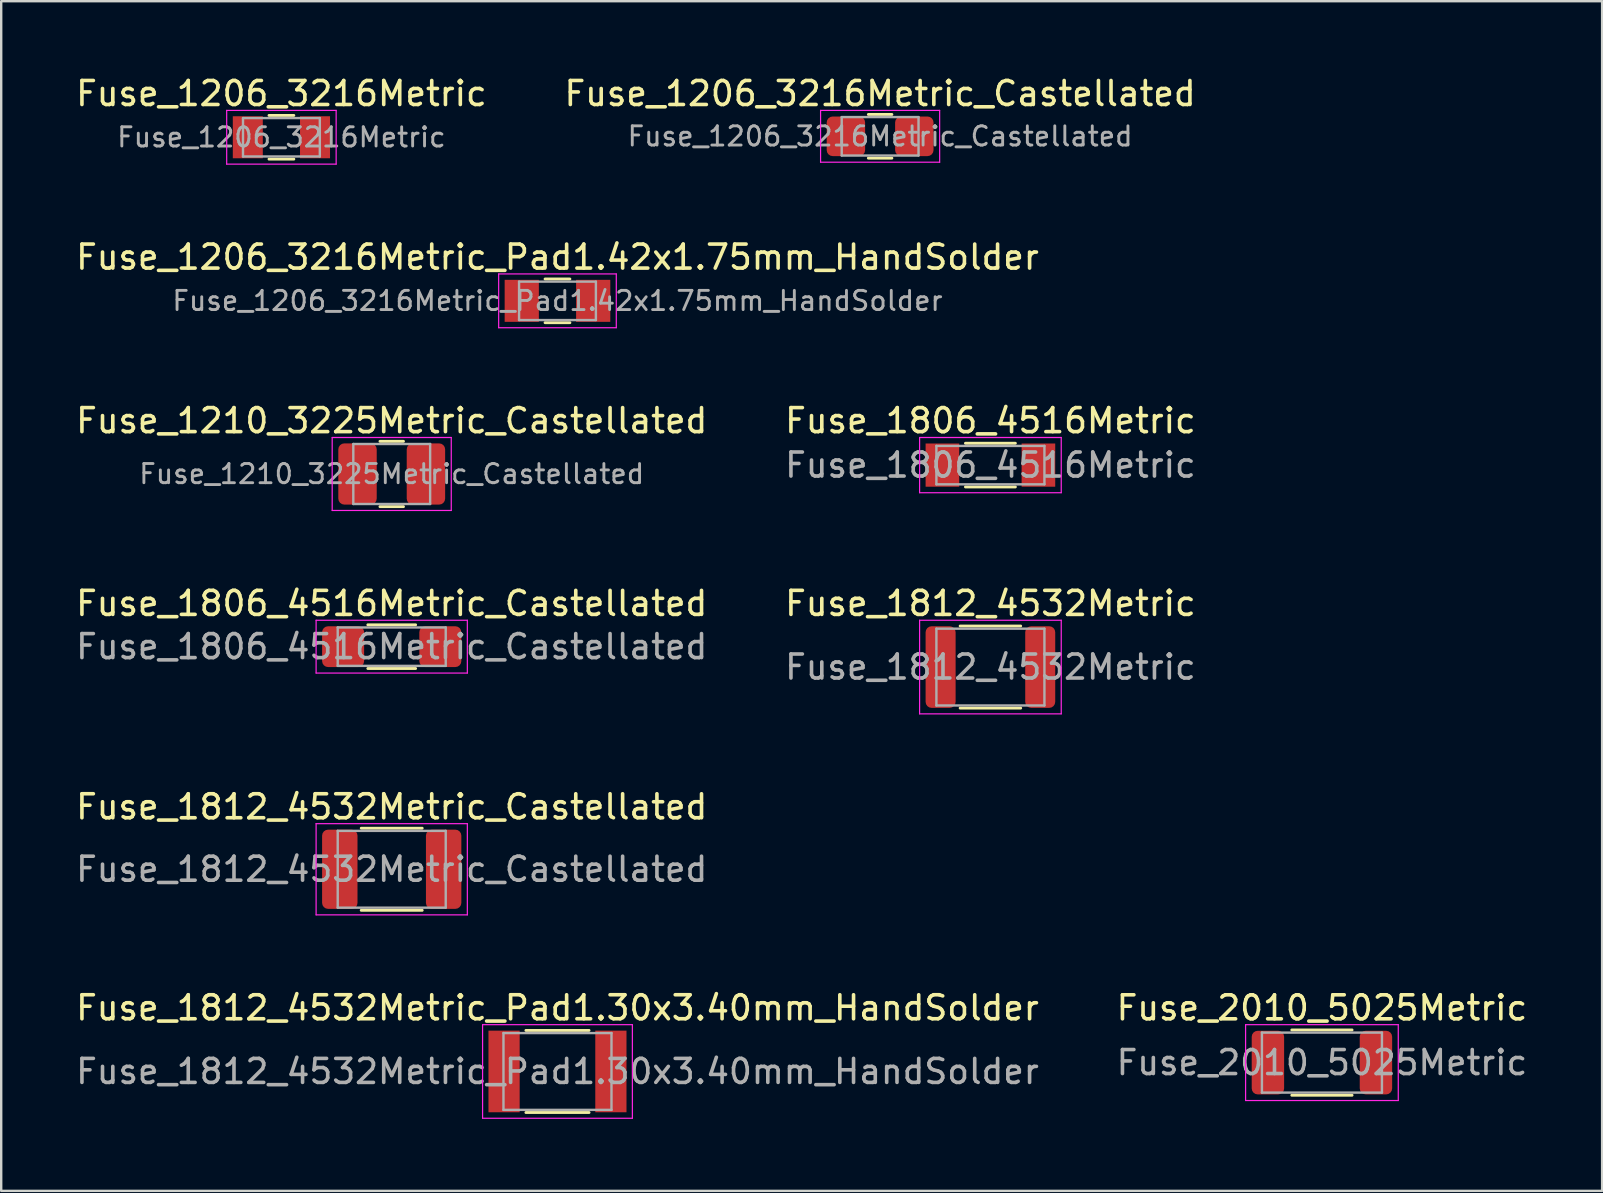
<source format=kicad_pcb>
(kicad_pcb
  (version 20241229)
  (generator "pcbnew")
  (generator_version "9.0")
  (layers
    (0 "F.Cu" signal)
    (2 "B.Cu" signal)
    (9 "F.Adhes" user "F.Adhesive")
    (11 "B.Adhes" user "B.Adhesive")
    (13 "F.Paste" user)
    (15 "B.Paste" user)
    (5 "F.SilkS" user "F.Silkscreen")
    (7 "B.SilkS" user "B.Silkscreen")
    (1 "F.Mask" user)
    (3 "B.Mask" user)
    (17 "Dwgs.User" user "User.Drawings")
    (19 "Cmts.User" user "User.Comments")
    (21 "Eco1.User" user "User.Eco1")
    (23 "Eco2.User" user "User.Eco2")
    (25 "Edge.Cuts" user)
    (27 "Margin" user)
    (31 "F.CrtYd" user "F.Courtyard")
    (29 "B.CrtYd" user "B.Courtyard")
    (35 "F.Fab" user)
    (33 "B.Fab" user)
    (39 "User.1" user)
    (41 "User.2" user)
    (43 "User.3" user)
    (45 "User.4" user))
  (footprint "Fuse_2010_5025Metric"
    (layer "F.Cu")
    (at 52.018 41.215)
    (property "Reference" "Fuse_2010_5025Metric" (at 0 -2.28 0) (layer "F.SilkS") (effects (font (size 1 1) (thickness 0.15))))
    (attr smd)
    (fp_line (start -1.255 -1.36) (end 1.255 -1.36) (stroke (width 0.12) (type solid)) (layer "F.SilkS"))
    (fp_line (start -1.255 1.36) (end 1.255 1.36) (stroke (width 0.12) (type solid)) (layer "F.SilkS"))
    (fp_line (start -3.18 -1.58) (end 3.18 -1.58) (stroke (width 0.05) (type solid)) (layer "F.CrtYd"))
    (fp_line (start -3.18 1.58) (end -3.18 -1.58) (stroke (width 0.05) (type solid)) (layer "F.CrtYd"))
    (fp_line (start 3.18 -1.58) (end 3.18 1.58) (stroke (width 0.05) (type solid)) (layer "F.CrtYd"))
    (fp_line (start 3.18 1.58) (end -3.18 1.58) (stroke (width 0.05) (type solid)) (layer "F.CrtYd"))
    (fp_line (start -2.5 -1.25) (end 2.5 -1.25) (stroke (width 0.1) (type solid)) (layer "F.Fab"))
    (fp_line (start -2.5 1.25) (end -2.5 -1.25) (stroke (width 0.1) (type solid)) (layer "F.Fab"))
    (fp_line (start 2.5 -1.25) (end 2.5 1.25) (stroke (width 0.1) (type solid)) (layer "F.Fab"))
    (fp_line (start 2.5 1.25) (end -2.5 1.25) (stroke (width 0.1) (type solid)) (layer "F.Fab"))
    (fp_text user "${REFERENCE}" (at 0 0 0) (layer "F.Fab") (effects (font (size 1 1) (thickness 0.15))))
    (pad "1" smd roundrect (at -2.25 0) (size 1.35 2.65) (layers "F.Cu" "F.Mask" "F.Paste") (roundrect_rratio 0.185))
    (pad "2" smd roundrect (at 2.25 0) (size 1.35 2.65) (layers "F.Cu" "F.Mask" "F.Paste") (roundrect_rratio 0.185)))
  (footprint "Fuse_1806_4516Metric_Castellated"
    (layer "F.Cu")
    (at 13.268 23.888)
    (property "Reference" "Fuse_1806_4516Metric_Castellated" (at 0 -1.8 0) (layer "F.SilkS") (effects (font (size 1 1) (thickness 0.15))))
    (attr smd)
    (fp_line (start -0.995 -0.91) (end 0.995 -0.91) (stroke (width 0.12) (type solid)) (layer "F.SilkS"))
    (fp_line (start -0.995 0.91) (end 0.995 0.91) (stroke (width 0.12) (type solid)) (layer "F.SilkS"))
    (fp_line (start -3.15 -1.1) (end 3.15 -1.1) (stroke (width 0.05) (type solid)) (layer "F.CrtYd"))
    (fp_line (start -3.15 1.1) (end -3.15 -1.1) (stroke (width 0.05) (type solid)) (layer "F.CrtYd"))
    (fp_line (start 3.15 -1.1) (end 3.15 1.1) (stroke (width 0.05) (type solid)) (layer "F.CrtYd"))
    (fp_line (start 3.15 1.1) (end -3.15 1.1) (stroke (width 0.05) (type solid)) (layer "F.CrtYd"))
    (fp_line (start -2.25 -0.8) (end 2.25 -0.8) (stroke (width 0.1) (type solid)) (layer "F.Fab"))
    (fp_line (start -2.25 0.8) (end -2.25 -0.8) (stroke (width 0.1) (type solid)) (layer "F.Fab"))
    (fp_line (start 2.25 -0.8) (end 2.25 0.8) (stroke (width 0.1) (type solid)) (layer "F.Fab"))
    (fp_line (start 2.25 0.8) (end -2.25 0.8) (stroke (width 0.1) (type solid)) (layer "F.Fab"))
    (fp_text user "${REFERENCE}" (at 0 0 0) (layer "F.Fab") (effects (font (size 1 1) (thickness 0.15))))
    (pad "1" smd roundrect (at -2.025 0) (size 1.75 1.7) (layers "F.Cu" "F.Mask" "F.Paste") (roundrect_rratio 0.147))
    (pad "2" smd roundrect (at 2.025 0) (size 1.75 1.7) (layers "F.Cu" "F.Mask" "F.Paste") (roundrect_rratio 0.147)))
  (footprint "Fuse_1812_4532Metric_Castellated"
    (layer "F.Cu")
    (at 13.268 33.161)
    (property "Reference" "Fuse_1812_4532Metric_Castellated" (at 0 -2.6 0) (layer "F.SilkS") (effects (font (size 1 1) (thickness 0.15))))
    (attr smd)
    (fp_line (start -1.27 -1.71) (end 1.27 -1.71) (stroke (width 0.12) (type solid)) (layer "F.SilkS"))
    (fp_line (start -1.27 1.71) (end 1.27 1.71) (stroke (width 0.12) (type solid)) (layer "F.SilkS"))
    (fp_line (start -3.15 -1.9) (end 3.15 -1.9) (stroke (width 0.05) (type solid)) (layer "F.CrtYd"))
    (fp_line (start -3.15 1.9) (end -3.15 -1.9) (stroke (width 0.05) (type solid)) (layer "F.CrtYd"))
    (fp_line (start 3.15 -1.9) (end 3.15 1.9) (stroke (width 0.05) (type solid)) (layer "F.CrtYd"))
    (fp_line (start 3.15 1.9) (end -3.15 1.9) (stroke (width 0.05) (type solid)) (layer "F.CrtYd"))
    (fp_line (start -2.25 -1.6) (end 2.25 -1.6) (stroke (width 0.1) (type solid)) (layer "F.Fab"))
    (fp_line (start -2.25 1.6) (end -2.25 -1.6) (stroke (width 0.1) (type solid)) (layer "F.Fab"))
    (fp_line (start 2.25 -1.6) (end 2.25 1.6) (stroke (width 0.1) (type solid)) (layer "F.Fab"))
    (fp_line (start 2.25 1.6) (end -2.25 1.6) (stroke (width 0.1) (type solid)) (layer "F.Fab"))
    (fp_text user "${REFERENCE}" (at 0 0 0) (layer "F.Fab") (effects (font (size 1 1) (thickness 0.15))))
    (pad "1" smd roundrect (at -2.163 0) (size 1.475 3.3) (layers "F.Cu" "F.Mask" "F.Paste") (roundrect_rratio 0.169))
    (pad "2" smd roundrect (at 2.163 0) (size 1.475 3.3) (layers "F.Cu" "F.Mask" "F.Paste") (roundrect_rratio 0.169)))
  (footprint "Fuse_1206_3216Metric"
    (layer "F.Cu")
    (at 8.673 2.668)
    (property "Reference" "Fuse_1206_3216Metric" (at 0 -1.82 0) (layer "F.SilkS") (effects (font (size 1 1) (thickness 0.15))))
    (attr smd)
    (fp_line (start -0.517 -0.91) (end 0.517 -0.91) (stroke (width 0.12) (type solid)) (layer "F.SilkS"))
    (fp_line (start -0.517 0.91) (end 0.517 0.91) (stroke (width 0.12) (type solid)) (layer "F.SilkS"))
    (fp_line (start -2.28 -1.12) (end 2.28 -1.12) (stroke (width 0.05) (type solid)) (layer "F.CrtYd"))
    (fp_line (start -2.28 1.12) (end -2.28 -1.12) (stroke (width 0.05) (type solid)) (layer "F.CrtYd"))
    (fp_line (start 2.28 -1.12) (end 2.28 1.12) (stroke (width 0.05) (type solid)) (layer "F.CrtYd"))
    (fp_line (start 2.28 1.12) (end -2.28 1.12) (stroke (width 0.05) (type solid)) (layer "F.CrtYd"))
    (fp_line (start -1.6 -0.8) (end 1.6 -0.8) (stroke (width 0.1) (type solid)) (layer "F.Fab"))
    (fp_line (start -1.6 0.8) (end -1.6 -0.8) (stroke (width 0.1) (type solid)) (layer "F.Fab"))
    (fp_line (start 1.6 -0.8) (end 1.6 0.8) (stroke (width 0.1) (type solid)) (layer "F.Fab"))
    (fp_line (start 1.6 0.8) (end -1.6 0.8) (stroke (width 0.1) (type solid)) (layer "F.Fab"))
    (fp_text user "${REFERENCE}" (at 0 0 0) (layer "F.Fab") (effects (font (size 0.8 0.8) (thickness 0.12))))
    (pad "1" smd rect (at -1.4 0) (size 1.25 1.75) (layers "F.Cu" "F.Mask" "F.Paste"))
    (pad "2" smd rect (at 1.4 0) (size 1.25 1.75) (layers "F.Cu" "F.Mask" "F.Paste")))
  (footprint "Fuse_1206_3216Metric_Castellated"
    (layer "F.Cu")
    (at 33.613 2.628)
    (property "Reference" "Fuse_1206_3216Metric_Castellated" (at 0 -1.78 0) (layer "F.SilkS") (effects (font (size 1 1) (thickness 0.15))))
    (attr smd)
    (fp_line (start -0.49 -0.91) (end 0.49 -0.91) (stroke (width 0.12) (type solid)) (layer "F.SilkS"))
    (fp_line (start -0.49 0.91) (end 0.49 0.91) (stroke (width 0.12) (type solid)) (layer "F.SilkS"))
    (fp_line (start -2.48 -1.08) (end 2.48 -1.08) (stroke (width 0.05) (type solid)) (layer "F.CrtYd"))
    (fp_line (start -2.48 1.08) (end -2.48 -1.08) (stroke (width 0.05) (type solid)) (layer "F.CrtYd"))
    (fp_line (start 2.48 -1.08) (end 2.48 1.08) (stroke (width 0.05) (type solid)) (layer "F.CrtYd"))
    (fp_line (start 2.48 1.08) (end -2.48 1.08) (stroke (width 0.05) (type solid)) (layer "F.CrtYd"))
    (fp_line (start -1.6 -0.8) (end 1.6 -0.8) (stroke (width 0.1) (type solid)) (layer "F.Fab"))
    (fp_line (start -1.6 0.8) (end -1.6 -0.8) (stroke (width 0.1) (type solid)) (layer "F.Fab"))
    (fp_line (start 1.6 -0.8) (end 1.6 0.8) (stroke (width 0.1) (type solid)) (layer "F.Fab"))
    (fp_line (start 1.6 0.8) (end -1.6 0.8) (stroke (width 0.1) (type solid)) (layer "F.Fab"))
    (fp_text user "${REFERENCE}" (at 0 0 0) (layer "F.Fab") (effects (font (size 0.8 0.8) (thickness 0.12))))
    (pad "1" smd roundrect (at -1.425 0) (size 1.6 1.65) (layers "F.Cu" "F.Mask" "F.Paste") (roundrect_rratio 0.156))
    (pad "2" smd roundrect (at 1.425 0) (size 1.6 1.65) (layers "F.Cu" "F.Mask" "F.Paste") (roundrect_rratio 0.156)))
  (footprint "Fuse_1210_3225Metric_Castellated"
    (layer "F.Cu")
    (at 13.268 16.695)
    (property "Reference" "Fuse_1210_3225Metric_Castellated" (at 0 -2.22 0) (layer "F.SilkS") (effects (font (size 1 1) (thickness 0.15))))
    (attr smd)
    (fp_line (start -0.49 -1.36) (end 0.49 -1.36) (stroke (width 0.12) (type solid)) (layer "F.SilkS"))
    (fp_line (start -0.49 1.36) (end 0.49 1.36) (stroke (width 0.12) (type solid)) (layer "F.SilkS"))
    (fp_line (start -2.48 -1.52) (end 2.48 -1.52) (stroke (width 0.05) (type solid)) (layer "F.CrtYd"))
    (fp_line (start -2.48 1.52) (end -2.48 -1.52) (stroke (width 0.05) (type solid)) (layer "F.CrtYd"))
    (fp_line (start 2.48 -1.52) (end 2.48 1.52) (stroke (width 0.05) (type solid)) (layer "F.CrtYd"))
    (fp_line (start 2.48 1.52) (end -2.48 1.52) (stroke (width 0.05) (type solid)) (layer "F.CrtYd"))
    (fp_line (start -1.6 -1.25) (end 1.6 -1.25) (stroke (width 0.1) (type solid)) (layer "F.Fab"))
    (fp_line (start -1.6 1.25) (end -1.6 -1.25) (stroke (width 0.1) (type solid)) (layer "F.Fab"))
    (fp_line (start 1.6 -1.25) (end 1.6 1.25) (stroke (width 0.1) (type solid)) (layer "F.Fab"))
    (fp_line (start 1.6 1.25) (end -1.6 1.25) (stroke (width 0.1) (type solid)) (layer "F.Fab"))
    (fp_text user "${REFERENCE}" (at 0 0 0) (layer "F.Fab") (effects (font (size 0.8 0.8) (thickness 0.12))))
    (pad "1" smd roundrect (at -1.425 0) (size 1.6 2.55) (layers "F.Cu" "F.Mask" "F.Paste") (roundrect_rratio 0.156))
    (pad "2" smd roundrect (at 1.425 0) (size 1.6 2.55) (layers "F.Cu" "F.Mask" "F.Paste") (roundrect_rratio 0.156)))
  (footprint "Fuse_1812_4532Metric"
    (layer "F.Cu")
    (at 38.208 24.738)
    (property "Reference" "Fuse_1812_4532Metric" (at 0 -2.65 0) (layer "F.SilkS") (effects (font (size 1 1) (thickness 0.15))))
    (attr smd)
    (fp_line (start -1.261 -1.71) (end 1.261 -1.71) (stroke (width 0.12) (type solid)) (layer "F.SilkS"))
    (fp_line (start -1.261 1.71) (end 1.261 1.71) (stroke (width 0.12) (type solid)) (layer "F.SilkS"))
    (fp_line (start -2.95 -1.95) (end 2.95 -1.95) (stroke (width 0.05) (type solid)) (layer "F.CrtYd"))
    (fp_line (start -2.95 1.95) (end -2.95 -1.95) (stroke (width 0.05) (type solid)) (layer "F.CrtYd"))
    (fp_line (start 2.95 -1.95) (end 2.95 1.95) (stroke (width 0.05) (type solid)) (layer "F.CrtYd"))
    (fp_line (start 2.95 1.95) (end -2.95 1.95) (stroke (width 0.05) (type solid)) (layer "F.CrtYd"))
    (fp_line (start -2.25 -1.6) (end 2.25 -1.6) (stroke (width 0.1) (type solid)) (layer "F.Fab"))
    (fp_line (start -2.25 1.6) (end -2.25 -1.6) (stroke (width 0.1) (type solid)) (layer "F.Fab"))
    (fp_line (start 2.25 -1.6) (end 2.25 1.6) (stroke (width 0.1) (type solid)) (layer "F.Fab"))
    (fp_line (start 2.25 1.6) (end -2.25 1.6) (stroke (width 0.1) (type solid)) (layer "F.Fab"))
    (fp_text user "${REFERENCE}" (at 0 0 0) (layer "F.Fab") (effects (font (size 1 1) (thickness 0.15))))
    (pad "1" smd roundrect (at -2.075 0) (size 1.25 3.4) (layers "F.Cu" "F.Mask" "F.Paste") (roundrect_rratio 0.2))
    (pad "2" smd roundrect (at 2.075 0) (size 1.25 3.4) (layers "F.Cu" "F.Mask" "F.Paste") (roundrect_rratio 0.2)))
  (footprint "Fuse_1806_4516Metric"
    (layer "F.Cu")
    (at 38.208 16.325)
    (property "Reference" "Fuse_1806_4516Metric" (at 0 -1.85 0) (layer "F.SilkS") (effects (font (size 1 1) (thickness 0.15))))
    (attr smd)
    (fp_line (start -1.04 -0.91) (end 1.04 -0.91) (stroke (width 0.12) (type solid)) (layer "F.SilkS"))
    (fp_line (start -1.04 0.91) (end 1.04 0.91) (stroke (width 0.12) (type solid)) (layer "F.SilkS"))
    (fp_line (start -2.95 -1.15) (end 2.95 -1.15) (stroke (width 0.05) (type solid)) (layer "F.CrtYd"))
    (fp_line (start -2.95 1.15) (end -2.95 -1.15) (stroke (width 0.05) (type solid)) (layer "F.CrtYd"))
    (fp_line (start 2.95 -1.15) (end 2.95 1.15) (stroke (width 0.05) (type solid)) (layer "F.CrtYd"))
    (fp_line (start 2.95 1.15) (end -2.95 1.15) (stroke (width 0.05) (type solid)) (layer "F.CrtYd"))
    (fp_line (start -2.25 -0.8) (end 2.25 -0.8) (stroke (width 0.1) (type solid)) (layer "F.Fab"))
    (fp_line (start -2.25 0.8) (end -2.25 -0.8) (stroke (width 0.1) (type solid)) (layer "F.Fab"))
    (fp_line (start 2.25 -0.8) (end 2.25 0.8) (stroke (width 0.1) (type solid)) (layer "F.Fab"))
    (fp_line (start 2.25 0.8) (end -2.25 0.8) (stroke (width 0.1) (type solid)) (layer "F.Fab"))
    (fp_text user "${REFERENCE}" (at 0 0 0) (layer "F.Fab") (effects (font (size 1 1) (thickness 0.15))))
    (pad "1" smd rect (at -2 0) (size 1.4 1.8) (layers "F.Cu" "F.Mask" "F.Paste"))
    (pad "2" smd rect (at 2 0) (size 1.4 1.8) (layers "F.Cu" "F.Mask" "F.Paste")))
  (footprint "Fuse_1812_4532Metric_Pad1.30x3.40mm_HandSolder"
    (layer "F.Cu")
    (at 20.173 41.584)
    (property "Reference" "Fuse_1812_4532Metric_Pad1.30x3.40mm_HandSolder" (at 0 -2.65 0) (layer "F.SilkS") (effects (font (size 1 1) (thickness 0.15))))
    (attr smd)
    (fp_line (start -1.315 -1.71) (end 1.315 -1.71) (stroke (width 0.12) (type solid)) (layer "F.SilkS"))
    (fp_line (start -1.315 1.71) (end 1.315 1.71) (stroke (width 0.12) (type solid)) (layer "F.SilkS"))
    (fp_line (start -3.12 -1.95) (end 3.12 -1.95) (stroke (width 0.05) (type solid)) (layer "F.CrtYd"))
    (fp_line (start -3.12 1.95) (end -3.12 -1.95) (stroke (width 0.05) (type solid)) (layer "F.CrtYd"))
    (fp_line (start 3.12 -1.95) (end 3.12 1.95) (stroke (width 0.05) (type solid)) (layer "F.CrtYd"))
    (fp_line (start 3.12 1.95) (end -3.12 1.95) (stroke (width 0.05) (type solid)) (layer "F.CrtYd"))
    (fp_line (start -2.25 -1.6) (end 2.25 -1.6) (stroke (width 0.1) (type solid)) (layer "F.Fab"))
    (fp_line (start -2.25 1.6) (end -2.25 -1.6) (stroke (width 0.1) (type solid)) (layer "F.Fab"))
    (fp_line (start 2.25 -1.6) (end 2.25 1.6) (stroke (width 0.1) (type solid)) (layer "F.Fab"))
    (fp_line (start 2.25 1.6) (end -2.25 1.6) (stroke (width 0.1) (type solid)) (layer "F.Fab"))
    (fp_text user "${REFERENCE}" (at 0 0 0) (layer "F.Fab") (effects (font (size 1 1) (thickness 0.15))))
    (pad "1" smd rect (at -2.225 0) (size 1.3 3.4) (layers "F.Cu" "F.Mask" "F.Paste"))
    (pad "2" smd rect (at 2.225 0) (size 1.3 3.4) (layers "F.Cu" "F.Mask" "F.Paste")))
  (footprint "Fuse_1206_3216Metric_Pad1.42x1.75mm_HandSolder"
    (layer "F.Cu")
    (at 20.173 9.482)
    (property "Reference" "Fuse_1206_3216Metric_Pad1.42x1.75mm_HandSolder" (at 0 -1.82 0) (layer "F.SilkS") (effects (font (size 1 1) (thickness 0.15))))
    (attr smd)
    (fp_line (start -0.517 -0.91) (end 0.517 -0.91) (stroke (width 0.12) (type solid)) (layer "F.SilkS"))
    (fp_line (start -0.517 0.91) (end 0.517 0.91) (stroke (width 0.12) (type solid)) (layer "F.SilkS"))
    (fp_line (start -2.45 -1.12) (end 2.45 -1.12) (stroke (width 0.05) (type solid)) (layer "F.CrtYd"))
    (fp_line (start -2.45 1.12) (end -2.45 -1.12) (stroke (width 0.05) (type solid)) (layer "F.CrtYd"))
    (fp_line (start 2.45 -1.12) (end 2.45 1.12) (stroke (width 0.05) (type solid)) (layer "F.CrtYd"))
    (fp_line (start 2.45 1.12) (end -2.45 1.12) (stroke (width 0.05) (type solid)) (layer "F.CrtYd"))
    (fp_line (start -1.6 -0.8) (end 1.6 -0.8) (stroke (width 0.1) (type solid)) (layer "F.Fab"))
    (fp_line (start -1.6 0.8) (end -1.6 -0.8) (stroke (width 0.1) (type solid)) (layer "F.Fab"))
    (fp_line (start 1.6 -0.8) (end 1.6 0.8) (stroke (width 0.1) (type solid)) (layer "F.Fab"))
    (fp_line (start 1.6 0.8) (end -1.6 0.8) (stroke (width 0.1) (type solid)) (layer "F.Fab"))
    (fp_text user "${REFERENCE}" (at 0 0 0) (layer "F.Fab") (effects (font (size 0.8 0.8) (thickness 0.12))))
    (pad "1" smd rect (at -1.488 0) (size 1.425 1.75) (layers "F.Cu" "F.Mask" "F.Paste"))
    (pad "2" smd rect (at 1.488 0) (size 1.425 1.75) (layers "F.Cu" "F.Mask" "F.Paste")))
  (gr_rect
    (start -3 -3)
    (end 63.69 46.559)
    (stroke (width 0.1) (type default))
    (fill no)
    (layer "Edge.Cuts")))
</source>
